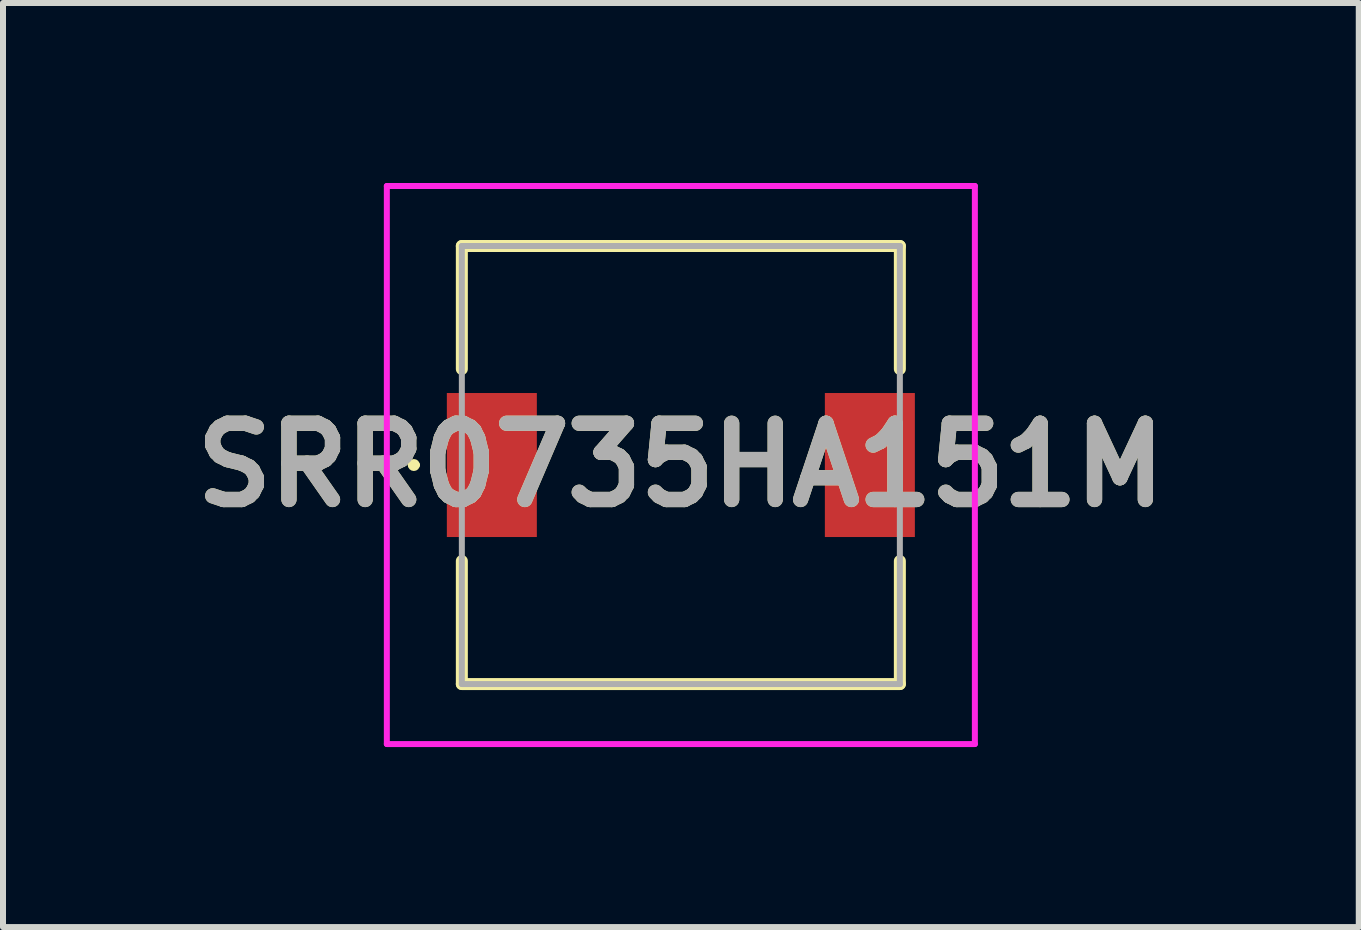
<source format=kicad_pcb>
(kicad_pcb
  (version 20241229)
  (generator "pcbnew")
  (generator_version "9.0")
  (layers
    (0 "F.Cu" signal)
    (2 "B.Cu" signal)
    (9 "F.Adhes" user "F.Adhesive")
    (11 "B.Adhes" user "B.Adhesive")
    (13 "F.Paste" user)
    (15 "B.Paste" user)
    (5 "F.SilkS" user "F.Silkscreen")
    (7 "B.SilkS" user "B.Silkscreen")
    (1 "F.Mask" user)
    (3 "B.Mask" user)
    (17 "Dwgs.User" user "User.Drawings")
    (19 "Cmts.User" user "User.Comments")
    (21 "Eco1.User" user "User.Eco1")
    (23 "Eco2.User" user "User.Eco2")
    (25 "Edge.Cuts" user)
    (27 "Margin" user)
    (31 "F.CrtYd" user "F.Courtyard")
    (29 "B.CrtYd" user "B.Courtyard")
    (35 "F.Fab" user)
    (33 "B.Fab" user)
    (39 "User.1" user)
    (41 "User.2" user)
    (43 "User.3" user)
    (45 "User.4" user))
  (footprint "SRR0735HA151M"
    (layer "F.Cu")
    (at 8.297 4.7)
    (property "Reference" "SRR0735HA151M" (at 0 0 0) (layer "F.SilkS") (effects (font (size 1.27 1.27) (thickness 0.254))))
    (attr smd)
    (fp_line (start -4.5 0) (end -4.5 0) (stroke (width 0.1) (type solid)) (layer "F.SilkS"))
    (fp_line (start -4.4 0) (end -4.4 0) (stroke (width 0.1) (type solid)) (layer "F.SilkS"))
    (fp_line (start -3.65 -3.65) (end -3.65 -1.6) (stroke (width 0.2) (type solid)) (layer "F.SilkS"))
    (fp_line (start -3.65 1.6) (end -3.65 3.65) (stroke (width 0.2) (type solid)) (layer "F.SilkS"))
    (fp_line (start -3.65 3.65) (end 3.65 3.65) (stroke (width 0.2) (type solid)) (layer "F.SilkS"))
    (fp_line (start 3.65 -3.65) (end -3.65 -3.65) (stroke (width 0.2) (type solid)) (layer "F.SilkS"))
    (fp_line (start 3.65 -1.6) (end 3.65 -3.65) (stroke (width 0.2) (type solid)) (layer "F.SilkS"))
    (fp_line (start 3.65 3.65) (end 3.65 1.6) (stroke (width 0.2) (type solid)) (layer "F.SilkS"))
    (fp_arc (start -4.5 0) (mid -4.45 -0.05) (end -4.4 0) (stroke (width 0.1) (type solid)) (layer "F.SilkS"))
    (fp_arc (start -4.4 0) (mid -4.45 0.05) (end -4.5 0) (stroke (width 0.1) (type solid)) (layer "F.SilkS"))
    (fp_line (start -4.9 -4.65) (end 4.9 -4.65) (stroke (width 0.1) (type solid)) (layer "F.CrtYd"))
    (fp_line (start -4.9 4.65) (end -4.9 -4.65) (stroke (width 0.1) (type solid)) (layer "F.CrtYd"))
    (fp_line (start 4.9 -4.65) (end 4.9 4.65) (stroke (width 0.1) (type solid)) (layer "F.CrtYd"))
    (fp_line (start 4.9 4.65) (end -4.9 4.65) (stroke (width 0.1) (type solid)) (layer "F.CrtYd"))
    (fp_line (start -3.65 -3.65) (end -3.65 3.65) (stroke (width 0.1) (type solid)) (layer "F.Fab"))
    (fp_line (start -3.65 3.65) (end 3.65 3.65) (stroke (width 0.1) (type solid)) (layer "F.Fab"))
    (fp_line (start 3.65 -3.65) (end -3.65 -3.65) (stroke (width 0.1) (type solid)) (layer "F.Fab"))
    (fp_line (start 3.65 3.65) (end 3.65 -3.65) (stroke (width 0.1) (type solid)) (layer "F.Fab"))
    (fp_text user "${REFERENCE}" (at 0 0 0) (layer "F.Fab") (effects (font (size 1.27 1.27) (thickness 0.254))))
    (pad "1" smd rect (at -3.15 0) (size 1.5 2.4) (layers "F.Cu" "F.Mask" "F.Paste"))
    (pad "2" smd rect (at 3.15 0) (size 1.5 2.4) (layers "F.Cu" "F.Mask" "F.Paste")))
  (gr_rect
    (start -3 -3)
    (end 19.595 12.4)
    (stroke (width 0.1) (type default))
    (fill no)
    (layer "Edge.Cuts")))
</source>
